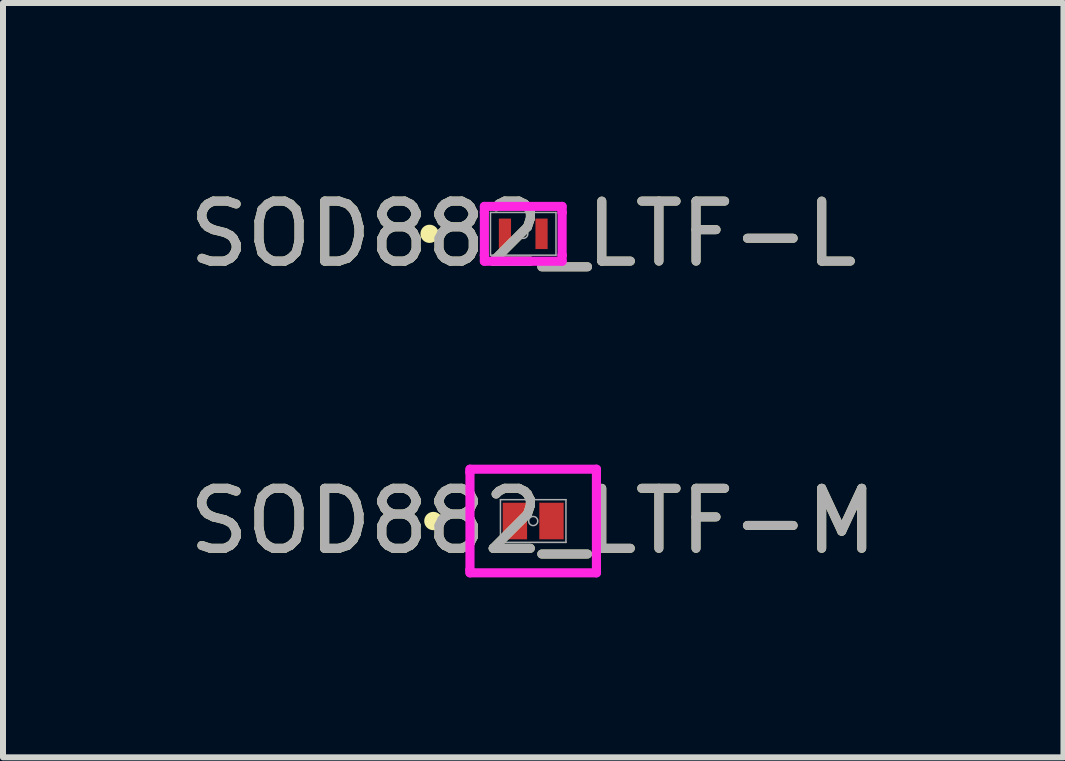
<source format=kicad_pcb>
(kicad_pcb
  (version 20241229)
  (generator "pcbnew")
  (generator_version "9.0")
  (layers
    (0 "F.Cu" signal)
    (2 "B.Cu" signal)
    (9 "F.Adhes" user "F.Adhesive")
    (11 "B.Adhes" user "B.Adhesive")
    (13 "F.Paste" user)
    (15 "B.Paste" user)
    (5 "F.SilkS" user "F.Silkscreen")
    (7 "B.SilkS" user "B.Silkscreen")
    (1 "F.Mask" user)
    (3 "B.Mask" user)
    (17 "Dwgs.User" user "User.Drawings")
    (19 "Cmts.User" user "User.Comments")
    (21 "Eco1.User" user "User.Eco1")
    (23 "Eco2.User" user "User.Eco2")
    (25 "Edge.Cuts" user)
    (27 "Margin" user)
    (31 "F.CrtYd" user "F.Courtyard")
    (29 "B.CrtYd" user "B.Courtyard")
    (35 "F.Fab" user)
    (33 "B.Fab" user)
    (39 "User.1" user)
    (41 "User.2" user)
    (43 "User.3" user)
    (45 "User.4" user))
  (footprint "SOD882_LTF-L"
    (layer "F.Cu")
    (at 5.673 0.848)
    (property "Reference" "SOD882_LTF-L" (at 0 0 0) (unlocked yes) (layer "F.SilkS") (effects (font (size 1 1) (thickness 0.15))))
    (attr smd)
    (fp_circle (center -1.562 0) (end -1.486 0) (stroke (width 0.152) (type solid)) (fill no) (layer "F.SilkS"))
    (fp_line (start -0.648 -0.457) (end 0.648 -0.457) (stroke (width 0.152) (type solid)) (layer "F.CrtYd"))
    (fp_line (start -0.648 -0.356) (end -0.648 -0.457) (stroke (width 0.152) (type solid)) (layer "F.CrtYd"))
    (fp_line (start -0.648 -0.356) (end -0.648 -0.356) (stroke (width 0.152) (type solid)) (layer "F.CrtYd"))
    (fp_line (start -0.648 0.356) (end -0.648 -0.356) (stroke (width 0.152) (type solid)) (layer "F.CrtYd"))
    (fp_line (start -0.648 0.356) (end -0.648 0.356) (stroke (width 0.152) (type solid)) (layer "F.CrtYd"))
    (fp_line (start -0.648 0.457) (end -0.648 0.356) (stroke (width 0.152) (type solid)) (layer "F.CrtYd"))
    (fp_line (start 0.648 -0.457) (end 0.648 -0.356) (stroke (width 0.152) (type solid)) (layer "F.CrtYd"))
    (fp_line (start 0.648 -0.356) (end 0.648 -0.356) (stroke (width 0.152) (type solid)) (layer "F.CrtYd"))
    (fp_line (start 0.648 -0.356) (end 0.648 0.356) (stroke (width 0.152) (type solid)) (layer "F.CrtYd"))
    (fp_line (start 0.648 0.356) (end 0.648 0.356) (stroke (width 0.152) (type solid)) (layer "F.CrtYd"))
    (fp_line (start 0.648 0.356) (end 0.648 0.457) (stroke (width 0.152) (type solid)) (layer "F.CrtYd"))
    (fp_line (start 0.648 0.457) (end -0.648 0.457) (stroke (width 0.152) (type solid)) (layer "F.CrtYd"))
    (fp_line (start -0.546 -0.356) (end -0.546 0.356) (stroke (width 0.025) (type solid)) (layer "F.Fab"))
    (fp_line (start -0.546 0.356) (end 0.546 0.356) (stroke (width 0.025) (type solid)) (layer "F.Fab"))
    (fp_line (start 0.546 -0.356) (end -0.546 -0.356) (stroke (width 0.025) (type solid)) (layer "F.Fab"))
    (fp_line (start 0.546 0.356) (end 0.546 -0.356) (stroke (width 0.025) (type solid)) (layer "F.Fab"))
    (fp_circle (center 0 0) (end 0.076 0) (stroke (width 0.025) (type solid)) (fill no) (layer "F.Fab"))
    (fp_text user "${REFERENCE}" (at 0 0 0) (unlocked yes) (layer "F.Fab") (effects (font (size 1 1) (thickness 0.15))))
    (pad "1" smd rect (at -0.305 0) (size 0.203 0.508) (layers "F.Cu" "F.Mask" "F.Paste"))
    (pad "2" smd rect (at 0.305 0) (size 0.203 0.508) (layers "F.Cu" "F.Mask" "F.Paste")))
  (footprint "SOD882_LTF-M"
    (layer "F.Cu")
    (at 5.839 5.636)
    (property "Reference" "SOD882_LTF-M" (at 0 0 0) (unlocked yes) (layer "F.SilkS") (effects (font (size 1 1) (thickness 0.15))))
    (attr smd)
    (fp_circle (center -1.664 0) (end -1.587 0) (stroke (width 0.152) (type solid)) (fill no) (layer "F.SilkS"))
    (fp_line (start -1.054 -0.864) (end 1.054 -0.864) (stroke (width 0.152) (type solid)) (layer "F.CrtYd"))
    (fp_line (start -1.054 -0.813) (end -1.054 -0.864) (stroke (width 0.152) (type solid)) (layer "F.CrtYd"))
    (fp_line (start -1.054 -0.813) (end -1.054 -0.813) (stroke (width 0.152) (type solid)) (layer "F.CrtYd"))
    (fp_line (start -1.054 0.813) (end -1.054 -0.813) (stroke (width 0.152) (type solid)) (layer "F.CrtYd"))
    (fp_line (start -1.054 0.813) (end -1.054 0.813) (stroke (width 0.152) (type solid)) (layer "F.CrtYd"))
    (fp_line (start -1.054 0.864) (end -1.054 0.813) (stroke (width 0.152) (type solid)) (layer "F.CrtYd"))
    (fp_line (start 1.054 -0.864) (end 1.054 -0.813) (stroke (width 0.152) (type solid)) (layer "F.CrtYd"))
    (fp_line (start 1.054 -0.813) (end 1.054 -0.813) (stroke (width 0.152) (type solid)) (layer "F.CrtYd"))
    (fp_line (start 1.054 -0.813) (end 1.054 0.813) (stroke (width 0.152) (type solid)) (layer "F.CrtYd"))
    (fp_line (start 1.054 0.813) (end 1.054 0.813) (stroke (width 0.152) (type solid)) (layer "F.CrtYd"))
    (fp_line (start 1.054 0.813) (end 1.054 0.864) (stroke (width 0.152) (type solid)) (layer "F.CrtYd"))
    (fp_line (start 1.054 0.864) (end -1.054 0.864) (stroke (width 0.152) (type solid)) (layer "F.CrtYd"))
    (fp_line (start -0.546 -0.356) (end -0.546 0.356) (stroke (width 0.025) (type solid)) (layer "F.Fab"))
    (fp_line (start -0.546 0.356) (end 0.546 0.356) (stroke (width 0.025) (type solid)) (layer "F.Fab"))
    (fp_line (start 0.546 -0.356) (end -0.546 -0.356) (stroke (width 0.025) (type solid)) (layer "F.Fab"))
    (fp_line (start 0.546 0.356) (end 0.546 -0.356) (stroke (width 0.025) (type solid)) (layer "F.Fab"))
    (fp_circle (center 0 0) (end 0.076 0) (stroke (width 0.025) (type solid)) (fill no) (layer "F.Fab"))
    (fp_text user "${REFERENCE}" (at 0 0 0) (unlocked yes) (layer "F.Fab") (effects (font (size 1 1) (thickness 0.15))))
    (pad "1" smd rect (at -0.305 0) (size 0.406 0.61) (layers "F.Cu" "F.Mask" "F.Paste"))
    (pad "2" smd rect (at 0.305 0) (size 0.406 0.61) (layers "F.Cu" "F.Mask" "F.Paste")))
  (gr_rect
    (start -3 -3)
    (end 14.679 9.576)
    (stroke (width 0.1) (type default))
    (fill no)
    (layer "Edge.Cuts")))
</source>
